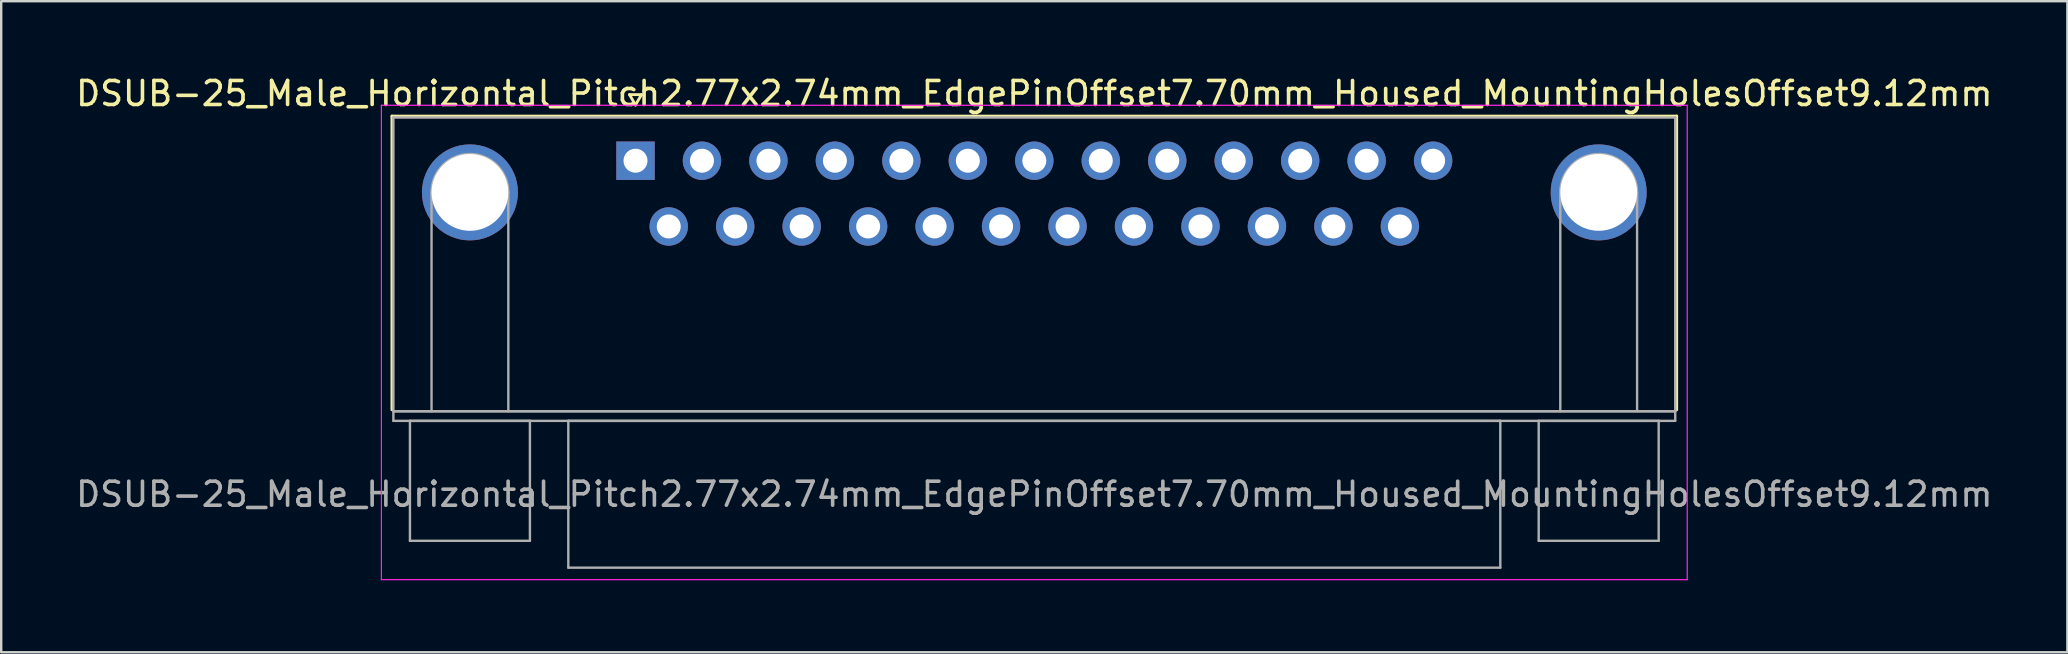
<source format=kicad_pcb>
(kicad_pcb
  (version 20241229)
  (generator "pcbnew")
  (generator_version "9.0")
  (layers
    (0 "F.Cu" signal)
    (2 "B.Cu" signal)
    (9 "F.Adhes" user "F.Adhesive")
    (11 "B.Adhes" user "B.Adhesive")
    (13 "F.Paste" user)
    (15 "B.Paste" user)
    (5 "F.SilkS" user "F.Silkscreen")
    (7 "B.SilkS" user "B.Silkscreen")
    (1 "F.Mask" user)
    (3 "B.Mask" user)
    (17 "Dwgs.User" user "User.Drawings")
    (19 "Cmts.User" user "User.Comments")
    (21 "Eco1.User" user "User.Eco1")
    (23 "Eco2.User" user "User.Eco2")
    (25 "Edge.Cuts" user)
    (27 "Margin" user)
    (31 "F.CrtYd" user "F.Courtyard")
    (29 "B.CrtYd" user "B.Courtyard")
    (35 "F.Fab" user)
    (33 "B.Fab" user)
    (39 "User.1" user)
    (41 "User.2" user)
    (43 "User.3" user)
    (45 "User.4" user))
  (footprint "DSUB-25_Male_Horizontal_Pitch2.77x2.74mm_EdgePinOffset7.70mm_Housed_MountingHolesOffset9.12mm"
    (layer "F.Cu")
    (at 23.434 3.648)
    (property "Reference" "DSUB-25_Male_Horizontal_Pitch2.77x2.74mm_EdgePinOffset7.70mm_Housed_MountingHolesOffset9.12mm" (at 16.62 -2.8 0) (layer "F.SilkS") (effects (font (size 1 1) (thickness 0.15))))
    (attr through_hole)
    (fp_line (start -10.15 -1.86) (end 43.39 -1.86) (stroke (width 0.12) (type solid)) (layer "F.SilkS"))
    (fp_line (start -10.15 10.38) (end -10.15 -1.86) (stroke (width 0.12) (type solid)) (layer "F.SilkS"))
    (fp_line (start -0.25 -2.754) (end 0.25 -2.754) (stroke (width 0.12) (type solid)) (layer "F.SilkS"))
    (fp_line (start 0 -2.321) (end -0.25 -2.754) (stroke (width 0.12) (type solid)) (layer "F.SilkS"))
    (fp_line (start 0.25 -2.754) (end 0 -2.321) (stroke (width 0.12) (type solid)) (layer "F.SilkS"))
    (fp_line (start 43.39 -1.86) (end 43.39 10.38) (stroke (width 0.12) (type solid)) (layer "F.SilkS"))
    (fp_line (start -10.59 -2.31) (end -10.59 17.46) (stroke (width 0.05) (type solid)) (layer "F.CrtYd"))
    (fp_line (start -10.59 17.46) (end 43.83 17.46) (stroke (width 0.05) (type solid)) (layer "F.CrtYd"))
    (fp_line (start 43.83 -2.31) (end -10.59 -2.31) (stroke (width 0.05) (type solid)) (layer "F.CrtYd"))
    (fp_line (start 43.83 17.46) (end 43.83 -2.31) (stroke (width 0.05) (type solid)) (layer "F.CrtYd"))
    (fp_line (start -10.09 -1.8) (end -10.09 10.44) (stroke (width 0.1) (type solid)) (layer "F.Fab"))
    (fp_line (start -10.09 10.44) (end -10.09 10.84) (stroke (width 0.1) (type solid)) (layer "F.Fab"))
    (fp_line (start -10.09 10.44) (end 43.33 10.44) (stroke (width 0.1) (type solid)) (layer "F.Fab"))
    (fp_line (start -10.09 10.84) (end 43.33 10.84) (stroke (width 0.1) (type solid)) (layer "F.Fab"))
    (fp_line (start -9.4 10.84) (end -9.4 15.84) (stroke (width 0.1) (type solid)) (layer "F.Fab"))
    (fp_line (start -9.4 15.84) (end -4.4 15.84) (stroke (width 0.1) (type solid)) (layer "F.Fab"))
    (fp_line (start -8.5 10.44) (end -8.5 1.32) (stroke (width 0.1) (type solid)) (layer "F.Fab"))
    (fp_line (start -5.3 10.44) (end -5.3 1.32) (stroke (width 0.1) (type solid)) (layer "F.Fab"))
    (fp_line (start -4.4 10.84) (end -9.4 10.84) (stroke (width 0.1) (type solid)) (layer "F.Fab"))
    (fp_line (start -4.4 15.84) (end -4.4 10.84) (stroke (width 0.1) (type solid)) (layer "F.Fab"))
    (fp_line (start -2.8 10.84) (end -2.8 16.96) (stroke (width 0.1) (type solid)) (layer "F.Fab"))
    (fp_line (start -2.8 16.96) (end 36.04 16.96) (stroke (width 0.1) (type solid)) (layer "F.Fab"))
    (fp_line (start 36.04 10.84) (end -2.8 10.84) (stroke (width 0.1) (type solid)) (layer "F.Fab"))
    (fp_line (start 36.04 16.96) (end 36.04 10.84) (stroke (width 0.1) (type solid)) (layer "F.Fab"))
    (fp_line (start 37.64 10.84) (end 37.64 15.84) (stroke (width 0.1) (type solid)) (layer "F.Fab"))
    (fp_line (start 37.64 15.84) (end 42.64 15.84) (stroke (width 0.1) (type solid)) (layer "F.Fab"))
    (fp_line (start 38.54 10.44) (end 38.54 1.32) (stroke (width 0.1) (type solid)) (layer "F.Fab"))
    (fp_line (start 41.74 10.44) (end 41.74 1.32) (stroke (width 0.1) (type solid)) (layer "F.Fab"))
    (fp_line (start 42.64 10.84) (end 37.64 10.84) (stroke (width 0.1) (type solid)) (layer "F.Fab"))
    (fp_line (start 42.64 15.84) (end 42.64 10.84) (stroke (width 0.1) (type solid)) (layer "F.Fab"))
    (fp_line (start 43.33 -1.8) (end -10.09 -1.8) (stroke (width 0.1) (type solid)) (layer "F.Fab"))
    (fp_line (start 43.33 10.44) (end -10.09 10.44) (stroke (width 0.1) (type solid)) (layer "F.Fab"))
    (fp_line (start 43.33 10.44) (end 43.33 -1.8) (stroke (width 0.1) (type solid)) (layer "F.Fab"))
    (fp_line (start 43.33 10.84) (end 43.33 10.44) (stroke (width 0.1) (type solid)) (layer "F.Fab"))
    (fp_arc (start -8.5 1.32) (mid -6.9 -0.28) (end -5.3 1.32) (stroke (width 0.1) (type solid)) (layer "F.Fab"))
    (fp_arc (start 38.54 1.32) (mid 40.14 -0.28) (end 41.74 1.32) (stroke (width 0.1) (type solid)) (layer "F.Fab"))
    (fp_text user "${REFERENCE}" (at 16.62 13.9 0) (layer "F.Fab") (effects (font (size 1 1) (thickness 0.15))))
    (pad "0" thru_hole circle (at -6.9 1.32) (size 4 4) (drill 3.2) (layers "*.Cu" "*.Mask"))
    (pad "0" thru_hole circle (at 40.14 1.32) (size 4 4) (drill 3.2) (layers "*.Cu" "*.Mask"))
    (pad "1" thru_hole rect (at 0 0) (size 1.6 1.6) (drill 1) (layers "*.Cu" "*.Mask"))
    (pad "2" thru_hole circle (at 2.77 0) (size 1.6 1.6) (drill 1) (layers "*.Cu" "*.Mask"))
    (pad "3" thru_hole circle (at 5.54 0) (size 1.6 1.6) (drill 1) (layers "*.Cu" "*.Mask"))
    (pad "4" thru_hole circle (at 8.31 0) (size 1.6 1.6) (drill 1) (layers "*.Cu" "*.Mask"))
    (pad "5" thru_hole circle (at 11.08 0) (size 1.6 1.6) (drill 1) (layers "*.Cu" "*.Mask"))
    (pad "6" thru_hole circle (at 13.85 0) (size 1.6 1.6) (drill 1) (layers "*.Cu" "*.Mask"))
    (pad "7" thru_hole circle (at 16.62 0) (size 1.6 1.6) (drill 1) (layers "*.Cu" "*.Mask"))
    (pad "8" thru_hole circle (at 19.39 0) (size 1.6 1.6) (drill 1) (layers "*.Cu" "*.Mask"))
    (pad "9" thru_hole circle (at 22.16 0) (size 1.6 1.6) (drill 1) (layers "*.Cu" "*.Mask"))
    (pad "10" thru_hole circle (at 24.93 0) (size 1.6 1.6) (drill 1) (layers "*.Cu" "*.Mask"))
    (pad "11" thru_hole circle (at 27.7 0) (size 1.6 1.6) (drill 1) (layers "*.Cu" "*.Mask"))
    (pad "12" thru_hole circle (at 30.47 0) (size 1.6 1.6) (drill 1) (layers "*.Cu" "*.Mask"))
    (pad "13" thru_hole circle (at 33.24 0) (size 1.6 1.6) (drill 1) (layers "*.Cu" "*.Mask"))
    (pad "14" thru_hole circle (at 1.385 2.74) (size 1.6 1.6) (drill 1) (layers "*.Cu" "*.Mask"))
    (pad "15" thru_hole circle (at 4.155 2.74) (size 1.6 1.6) (drill 1) (layers "*.Cu" "*.Mask"))
    (pad "16" thru_hole circle (at 6.925 2.74) (size 1.6 1.6) (drill 1) (layers "*.Cu" "*.Mask"))
    (pad "17" thru_hole circle (at 9.695 2.74) (size 1.6 1.6) (drill 1) (layers "*.Cu" "*.Mask"))
    (pad "18" thru_hole circle (at 12.465 2.74) (size 1.6 1.6) (drill 1) (layers "*.Cu" "*.Mask"))
    (pad "19" thru_hole circle (at 15.235 2.74) (size 1.6 1.6) (drill 1) (layers "*.Cu" "*.Mask"))
    (pad "20" thru_hole circle (at 18.005 2.74) (size 1.6 1.6) (drill 1) (layers "*.Cu" "*.Mask"))
    (pad "21" thru_hole circle (at 20.775 2.74) (size 1.6 1.6) (drill 1) (layers "*.Cu" "*.Mask"))
    (pad "22" thru_hole circle (at 23.545 2.74) (size 1.6 1.6) (drill 1) (layers "*.Cu" "*.Mask"))
    (pad "23" thru_hole circle (at 26.315 2.74) (size 1.6 1.6) (drill 1) (layers "*.Cu" "*.Mask"))
    (pad "24" thru_hole circle (at 29.085 2.74) (size 1.6 1.6) (drill 1) (layers "*.Cu" "*.Mask"))
    (pad "25" thru_hole circle (at 31.855 2.74) (size 1.6 1.6) (drill 1) (layers "*.Cu" "*.Mask")))
  (gr_rect
    (start -3 -3)
    (end 83.107 24.133)
    (stroke (width 0.1) (type default))
    (fill no)
    (layer "Edge.Cuts")))
</source>
